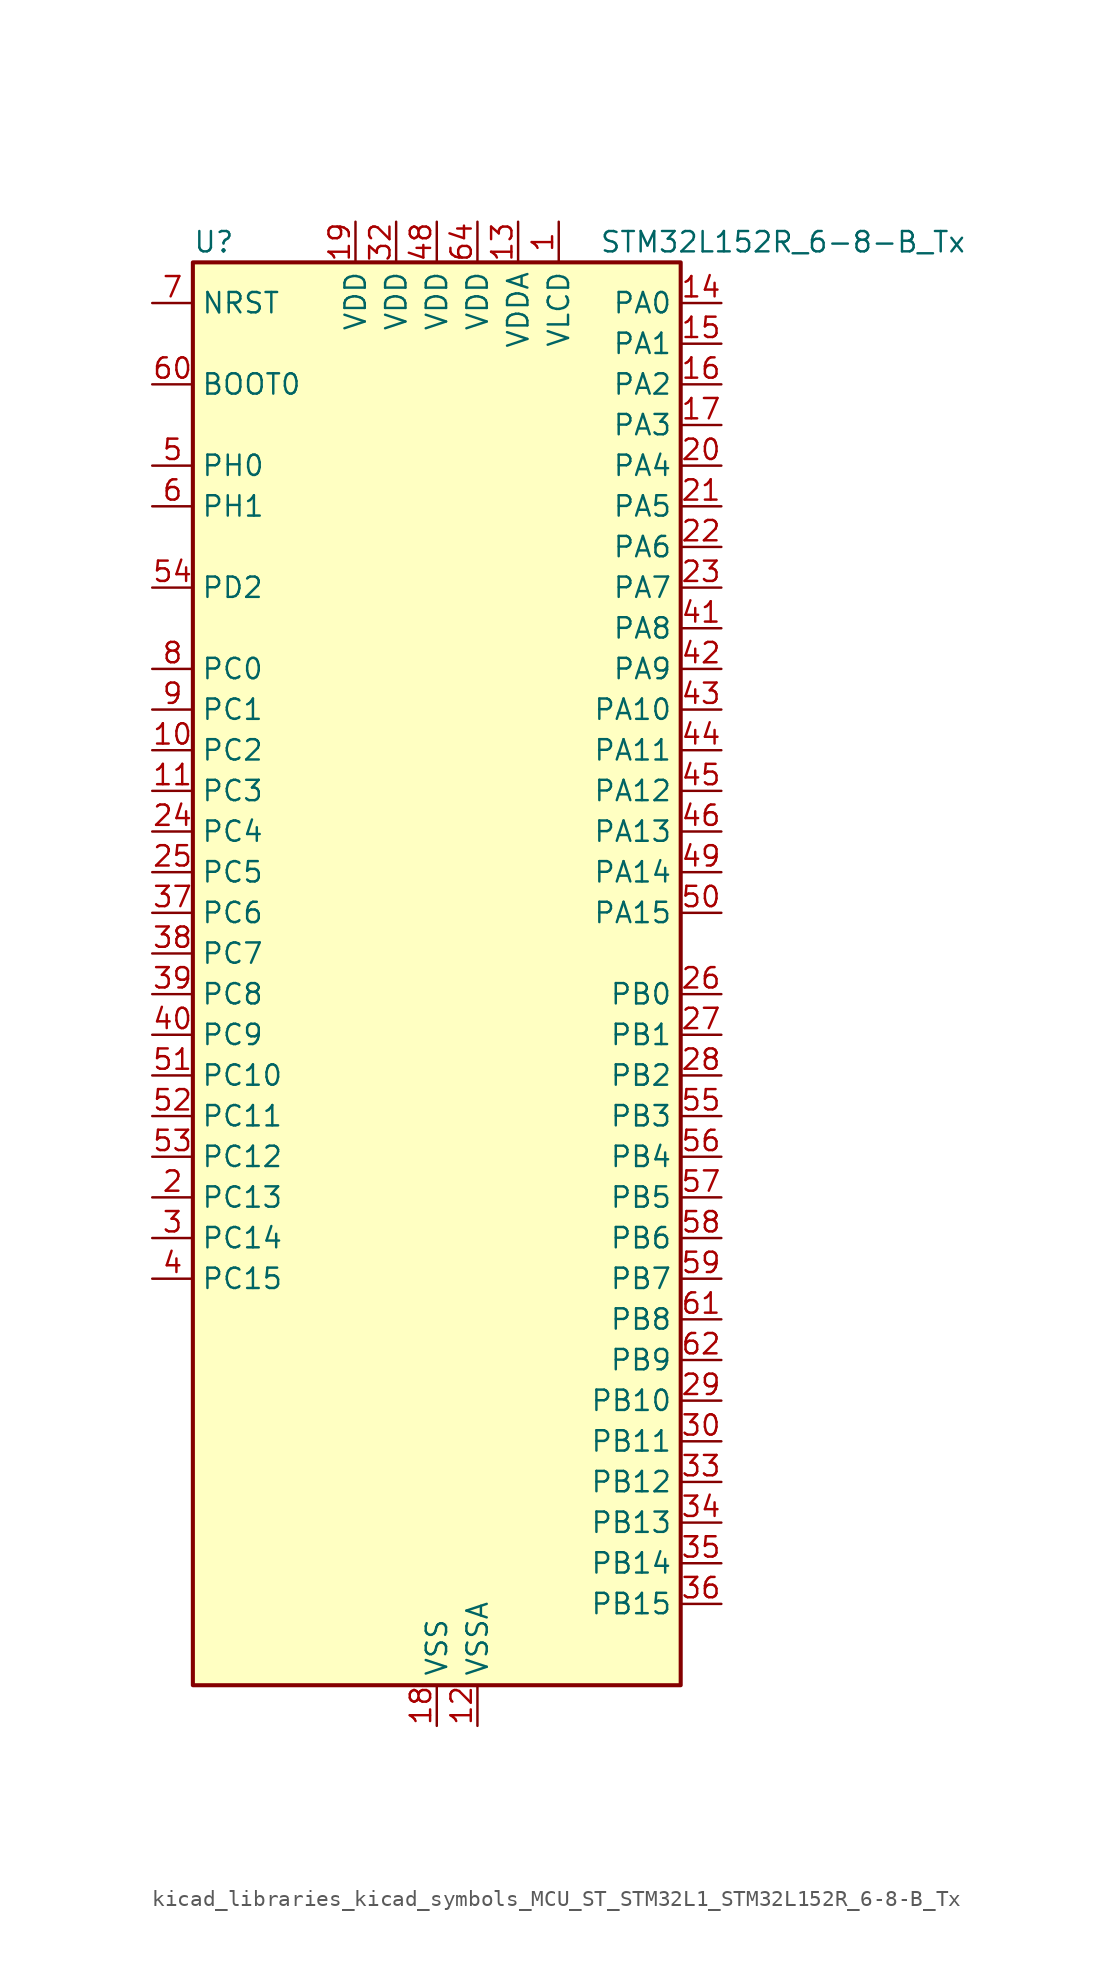
<source format=kicad_sym>
(kicad_symbol_lib
  (version 20220914)
  (generator kicad_symbol_editor)
  (symbol "kicad_libraries_kicad_symbols_MCU_ST_STM32L1_STM32L152R_6-8-B_Tx"
    (property "Reference" "U"
      (at -15.24 46.99 0)
      (effects (font (size 1.27 1.27)) (justify left)))
    (property "Value" "STM32L152R_6-8-B_Tx"
      (at 10.16 46.99 0)
      (effects (font (size 1.27 1.27)) (justify left)))
    (property "ki_locked" ""
      (at 0 0 0)
      (effects (font (size 1.27 1.27))))
    (symbol "kicad_libraries_kicad_symbols_MCU_ST_STM32L1_STM32L152R_6-8-B_Tx_0_1"
      (rectangle (start -15.24 -43.18) (end 15.24 45.72) (stroke (width 0.254) (type default)) (fill (type background))))
    (symbol "kicad_libraries_kicad_symbols_MCU_ST_STM32L1_STM32L152R_6-8-B_Tx_1_1"
      (pin power_in line (at 7.62 48.26 270) (length 2.54) (name "VLCD" (effects (font (size 1.27 1.27)))) (number "1" (effects (font (size 1.27 1.27)))))
      (pin bidirectional line (at -17.78 15.24 0) (length 2.54) (name "PC2" (effects (font (size 1.27 1.27)))) (number "10" (effects (font (size 1.27 1.27)))) (alternate "ADC_IN12" bidirectional line) (alternate "COMP1_INP" bidirectional line) (alternate "LCD_SEG20" bidirectional line) (alternate "TIMX_IC3" bidirectional line) (alternate "TS_G8_IO3" bidirectional line))
      (pin bidirectional line (at -17.78 12.7 0) (length 2.54) (name "PC3" (effects (font (size 1.27 1.27)))) (number "11" (effects (font (size 1.27 1.27)))) (alternate "ADC_IN13" bidirectional line) (alternate "COMP1_INP" bidirectional line) (alternate "LCD_SEG21" bidirectional line) (alternate "TIMX_IC4" bidirectional line) (alternate "TS_G8_IO4" bidirectional line))
      (pin power_in line (at 2.54 -45.72 90) (length 2.54) (name "VSSA" (effects (font (size 1.27 1.27)))) (number "12" (effects (font (size 1.27 1.27)))))
      (pin power_in line (at 5.08 48.26 270) (length 2.54) (name "VDDA" (effects (font (size 1.27 1.27)))) (number "13" (effects (font (size 1.27 1.27)))))
      (pin bidirectional line (at 17.78 43.18 180) (length 2.54) (name "PA0" (effects (font (size 1.27 1.27)))) (number "14" (effects (font (size 1.27 1.27)))) (alternate "ADC_IN0" bidirectional line) (alternate "COMP1_INP" bidirectional line) (alternate "SYS_WKUP1" bidirectional line) (alternate "TIM2_CH1" bidirectional line) (alternate "TIM2_ETR" bidirectional line) (alternate "TIMX_IC1" bidirectional line) (alternate "TS_G1_IO1" bidirectional line) (alternate "USART2_CTS" bidirectional line))
      (pin bidirectional line (at 17.78 40.64 180) (length 2.54) (name "PA1" (effects (font (size 1.27 1.27)))) (number "15" (effects (font (size 1.27 1.27)))) (alternate "ADC_IN1" bidirectional line) (alternate "COMP1_INP" bidirectional line) (alternate "LCD_SEG0" bidirectional line) (alternate "TIM2_CH2" bidirectional line) (alternate "TIMX_IC2" bidirectional line) (alternate "TS_G1_IO2" bidirectional line) (alternate "USART2_RTS" bidirectional line))
      (pin bidirectional line (at 17.78 38.1 180) (length 2.54) (name "PA2" (effects (font (size 1.27 1.27)))) (number "16" (effects (font (size 1.27 1.27)))) (alternate "ADC_IN2" bidirectional line) (alternate "COMP1_INP" bidirectional line) (alternate "LCD_SEG1" bidirectional line) (alternate "TIM2_CH3" bidirectional line) (alternate "TIM9_CH1" bidirectional line) (alternate "TIMX_IC3" bidirectional line) (alternate "TS_G1_IO3" bidirectional line) (alternate "USART2_TX" bidirectional line))
      (pin bidirectional line (at 17.78 35.56 180) (length 2.54) (name "PA3" (effects (font (size 1.27 1.27)))) (number "17" (effects (font (size 1.27 1.27)))) (alternate "ADC_IN3" bidirectional line) (alternate "COMP1_INP" bidirectional line) (alternate "LCD_SEG2" bidirectional line) (alternate "TIM2_CH4" bidirectional line) (alternate "TIM9_CH2" bidirectional line) (alternate "TIMX_IC4" bidirectional line) (alternate "TS_G1_IO4" bidirectional line) (alternate "USART2_RX" bidirectional line))
      (pin power_in line (at 0 -45.72 90) (length 2.54) (name "VSS" (effects (font (size 1.27 1.27)))) (number "18" (effects (font (size 1.27 1.27)))))
      (pin power_in line (at -5.08 48.26 270) (length 2.54) (name "VDD" (effects (font (size 1.27 1.27)))) (number "19" (effects (font (size 1.27 1.27)))))
      (pin bidirectional line (at -17.78 -12.7 0) (length 2.54) (name "PC13" (effects (font (size 1.27 1.27)))) (number "2" (effects (font (size 1.27 1.27)))) (alternate "RTC_OUT_ALARM" bidirectional line) (alternate "RTC_OUT_CALIB" bidirectional line) (alternate "RTC_TAMP1" bidirectional line) (alternate "RTC_TS" bidirectional line) (alternate "SYS_WKUP2" bidirectional line) (alternate "TIMX_IC2" bidirectional line))
      (pin bidirectional line (at 17.78 33.02 180) (length 2.54) (name "PA4" (effects (font (size 1.27 1.27)))) (number "20" (effects (font (size 1.27 1.27)))) (alternate "ADC_IN4" bidirectional line) (alternate "COMP1_INP" bidirectional line) (alternate "DAC_OUT1" bidirectional line) (alternate "SPI1_NSS" bidirectional line) (alternate "TIMX_IC1" bidirectional line) (alternate "USART2_CK" bidirectional line))
      (pin bidirectional line (at 17.78 30.48 180) (length 2.54) (name "PA5" (effects (font (size 1.27 1.27)))) (number "21" (effects (font (size 1.27 1.27)))) (alternate "ADC_IN5" bidirectional line) (alternate "COMP1_INP" bidirectional line) (alternate "DAC_OUT2" bidirectional line) (alternate "SPI1_SCK" bidirectional line) (alternate "TIM2_CH1" bidirectional line) (alternate "TIM2_ETR" bidirectional line) (alternate "TIMX_IC2" bidirectional line))
      (pin bidirectional line (at 17.78 27.94 180) (length 2.54) (name "PA6" (effects (font (size 1.27 1.27)))) (number "22" (effects (font (size 1.27 1.27)))) (alternate "ADC_IN6" bidirectional line) (alternate "COMP1_INP" bidirectional line) (alternate "LCD_SEG3" bidirectional line) (alternate "SPI1_MISO" bidirectional line) (alternate "TIM10_CH1" bidirectional line) (alternate "TIM3_CH1" bidirectional line) (alternate "TIMX_IC3" bidirectional line) (alternate "TS_G2_IO1" bidirectional line))
      (pin bidirectional line (at 17.78 25.4 180) (length 2.54) (name "PA7" (effects (font (size 1.27 1.27)))) (number "23" (effects (font (size 1.27 1.27)))) (alternate "ADC_IN7" bidirectional line) (alternate "COMP1_INP" bidirectional line) (alternate "LCD_SEG4" bidirectional line) (alternate "SPI1_MOSI" bidirectional line) (alternate "TIM11_CH1" bidirectional line) (alternate "TIM3_CH2" bidirectional line) (alternate "TIMX_IC4" bidirectional line) (alternate "TS_G2_IO2" bidirectional line))
      (pin bidirectional line (at -17.78 10.16 0) (length 2.54) (name "PC4" (effects (font (size 1.27 1.27)))) (number "24" (effects (font (size 1.27 1.27)))) (alternate "ADC_IN14" bidirectional line) (alternate "COMP1_INP" bidirectional line) (alternate "LCD_SEG22" bidirectional line) (alternate "TIMX_IC1" bidirectional line) (alternate "TS_G9_IO1" bidirectional line))
      (pin bidirectional line (at -17.78 7.62 0) (length 2.54) (name "PC5" (effects (font (size 1.27 1.27)))) (number "25" (effects (font (size 1.27 1.27)))) (alternate "ADC_IN15" bidirectional line) (alternate "COMP1_INP" bidirectional line) (alternate "LCD_SEG23" bidirectional line) (alternate "TIMX_IC2" bidirectional line) (alternate "TS_G9_IO2" bidirectional line))
      (pin bidirectional line (at 17.78 0 180) (length 2.54) (name "PB0" (effects (font (size 1.27 1.27)))) (number "26" (effects (font (size 1.27 1.27)))) (alternate "ADC_IN8" bidirectional line) (alternate "COMP1_INP" bidirectional line) (alternate "LCD_SEG5" bidirectional line) (alternate "SYS_V_REF_OUT" bidirectional line) (alternate "TIM3_CH3" bidirectional line) (alternate "TS_G3_IO1" bidirectional line))
      (pin bidirectional line (at 17.78 -2.54 180) (length 2.54) (name "PB1" (effects (font (size 1.27 1.27)))) (number "27" (effects (font (size 1.27 1.27)))) (alternate "ADC_IN9" bidirectional line) (alternate "COMP1_INP" bidirectional line) (alternate "LCD_SEG6" bidirectional line) (alternate "SYS_V_REF_OUT" bidirectional line) (alternate "TIM3_CH4" bidirectional line) (alternate "TS_G3_IO2" bidirectional line))
      (pin bidirectional line (at 17.78 -5.08 180) (length 2.54) (name "PB2" (effects (font (size 1.27 1.27)))) (number "28" (effects (font (size 1.27 1.27)))))
      (pin bidirectional line (at 17.78 -25.4 180) (length 2.54) (name "PB10" (effects (font (size 1.27 1.27)))) (number "29" (effects (font (size 1.27 1.27)))) (alternate "I2C2_SCL" bidirectional line) (alternate "LCD_SEG10" bidirectional line) (alternate "TIM2_CH3" bidirectional line) (alternate "USART3_TX" bidirectional line))
      (pin bidirectional line (at -17.78 -15.24 0) (length 2.54) (name "PC14" (effects (font (size 1.27 1.27)))) (number "3" (effects (font (size 1.27 1.27)))) (alternate "RCC_OSC32_IN" bidirectional line) (alternate "TIMX_IC3" bidirectional line))
      (pin bidirectional line (at 17.78 -27.94 180) (length 2.54) (name "PB11" (effects (font (size 1.27 1.27)))) (number "30" (effects (font (size 1.27 1.27)))) (alternate "ADC_EXTI11" bidirectional line) (alternate "I2C2_SDA" bidirectional line) (alternate "LCD_SEG11" bidirectional line) (alternate "TIM2_CH4" bidirectional line) (alternate "USART3_RX" bidirectional line))
      (pin passive line (at 0 -45.72 90) (length 2.54) hide (name "VSS" (effects (font (size 1.27 1.27)))) (number "31" (effects (font (size 1.27 1.27)))))
      (pin power_in line (at -2.54 48.26 270) (length 2.54) (name "VDD" (effects (font (size 1.27 1.27)))) (number "32" (effects (font (size 1.27 1.27)))))
      (pin bidirectional line (at 17.78 -30.48 180) (length 2.54) (name "PB12" (effects (font (size 1.27 1.27)))) (number "33" (effects (font (size 1.27 1.27)))) (alternate "ADC_IN18" bidirectional line) (alternate "COMP1_INP" bidirectional line) (alternate "I2C2_SMBA" bidirectional line) (alternate "LCD_SEG12" bidirectional line) (alternate "SPI2_NSS" bidirectional line) (alternate "TIM10_CH1" bidirectional line) (alternate "TS_G7_IO1" bidirectional line) (alternate "USART3_CK" bidirectional line))
      (pin bidirectional line (at 17.78 -33.02 180) (length 2.54) (name "PB13" (effects (font (size 1.27 1.27)))) (number "34" (effects (font (size 1.27 1.27)))) (alternate "ADC_IN19" bidirectional line) (alternate "COMP1_INP" bidirectional line) (alternate "LCD_SEG13" bidirectional line) (alternate "SPI2_SCK" bidirectional line) (alternate "TIM9_CH1" bidirectional line) (alternate "TS_G7_IO2" bidirectional line) (alternate "USART3_CTS" bidirectional line))
      (pin bidirectional line (at 17.78 -35.56 180) (length 2.54) (name "PB14" (effects (font (size 1.27 1.27)))) (number "35" (effects (font (size 1.27 1.27)))) (alternate "ADC_IN20" bidirectional line) (alternate "COMP1_INP" bidirectional line) (alternate "LCD_SEG14" bidirectional line) (alternate "SPI2_MISO" bidirectional line) (alternate "TIM9_CH2" bidirectional line) (alternate "TS_G7_IO3" bidirectional line) (alternate "USART3_RTS" bidirectional line))
      (pin bidirectional line (at 17.78 -38.1 180) (length 2.54) (name "PB15" (effects (font (size 1.27 1.27)))) (number "36" (effects (font (size 1.27 1.27)))) (alternate "ADC_EXTI15" bidirectional line) (alternate "ADC_IN21" bidirectional line) (alternate "COMP1_INP" bidirectional line) (alternate "LCD_SEG15" bidirectional line) (alternate "RTC_REFIN" bidirectional line) (alternate "SPI2_MOSI" bidirectional line) (alternate "TIM11_CH1" bidirectional line) (alternate "TS_G7_IO4" bidirectional line))
      (pin bidirectional line (at -17.78 5.08 0) (length 2.54) (name "PC6" (effects (font (size 1.27 1.27)))) (number "37" (effects (font (size 1.27 1.27)))) (alternate "LCD_SEG24" bidirectional line) (alternate "TIM3_CH1" bidirectional line) (alternate "TIMX_IC3" bidirectional line) (alternate "TS_G10_IO1" bidirectional line))
      (pin bidirectional line (at -17.78 2.54 0) (length 2.54) (name "PC7" (effects (font (size 1.27 1.27)))) (number "38" (effects (font (size 1.27 1.27)))) (alternate "LCD_SEG25" bidirectional line) (alternate "TIM3_CH2" bidirectional line) (alternate "TIMX_IC4" bidirectional line) (alternate "TS_G10_IO2" bidirectional line))
      (pin bidirectional line (at -17.78 0 0) (length 2.54) (name "PC8" (effects (font (size 1.27 1.27)))) (number "39" (effects (font (size 1.27 1.27)))) (alternate "LCD_SEG26" bidirectional line) (alternate "TIM3_CH3" bidirectional line) (alternate "TIMX_IC1" bidirectional line) (alternate "TS_G10_IO3" bidirectional line))
      (pin bidirectional line (at -17.78 -17.78 0) (length 2.54) (name "PC15" (effects (font (size 1.27 1.27)))) (number "4" (effects (font (size 1.27 1.27)))) (alternate "ADC_EXTI15" bidirectional line) (alternate "RCC_OSC32_OUT" bidirectional line) (alternate "TIMX_IC4" bidirectional line))
      (pin bidirectional line (at -17.78 -2.54 0) (length 2.54) (name "PC9" (effects (font (size 1.27 1.27)))) (number "40" (effects (font (size 1.27 1.27)))) (alternate "DAC_EXTI9" bidirectional line) (alternate "LCD_SEG27" bidirectional line) (alternate "TIM3_CH4" bidirectional line) (alternate "TIMX_IC2" bidirectional line) (alternate "TS_G10_IO4" bidirectional line))
      (pin bidirectional line (at 17.78 22.86 180) (length 2.54) (name "PA8" (effects (font (size 1.27 1.27)))) (number "41" (effects (font (size 1.27 1.27)))) (alternate "LCD_COM0" bidirectional line) (alternate "RCC_MCO" bidirectional line) (alternate "TIMX_IC1" bidirectional line) (alternate "TS_G4_IO1" bidirectional line) (alternate "USART1_CK" bidirectional line))
      (pin bidirectional line (at 17.78 20.32 180) (length 2.54) (name "PA9" (effects (font (size 1.27 1.27)))) (number "42" (effects (font (size 1.27 1.27)))) (alternate "DAC_EXTI9" bidirectional line) (alternate "LCD_COM1" bidirectional line) (alternate "TIMX_IC2" bidirectional line) (alternate "TS_G4_IO2" bidirectional line) (alternate "USART1_TX" bidirectional line))
      (pin bidirectional line (at 17.78 17.78 180) (length 2.54) (name "PA10" (effects (font (size 1.27 1.27)))) (number "43" (effects (font (size 1.27 1.27)))) (alternate "LCD_COM2" bidirectional line) (alternate "TIMX_IC3" bidirectional line) (alternate "TS_G4_IO3" bidirectional line) (alternate "USART1_RX" bidirectional line))
      (pin bidirectional line (at 17.78 15.24 180) (length 2.54) (name "PA11" (effects (font (size 1.27 1.27)))) (number "44" (effects (font (size 1.27 1.27)))) (alternate "ADC_EXTI11" bidirectional line) (alternate "SPI1_MISO" bidirectional line) (alternate "TIMX_IC4" bidirectional line) (alternate "USART1_CTS" bidirectional line) (alternate "USB_DM" bidirectional line))
      (pin bidirectional line (at 17.78 12.7 180) (length 2.54) (name "PA12" (effects (font (size 1.27 1.27)))) (number "45" (effects (font (size 1.27 1.27)))) (alternate "SPI1_MOSI" bidirectional line) (alternate "TIMX_IC1" bidirectional line) (alternate "USART1_RTS" bidirectional line) (alternate "USB_DP" bidirectional line))
      (pin bidirectional line (at 17.78 10.16 180) (length 2.54) (name "PA13" (effects (font (size 1.27 1.27)))) (number "46" (effects (font (size 1.27 1.27)))) (alternate "SYS_JTMS-SWDIO" bidirectional line) (alternate "TIMX_IC2" bidirectional line) (alternate "TS_G5_IO1" bidirectional line))
      (pin passive line (at 0 -45.72 90) (length 2.54) hide (name "VSS" (effects (font (size 1.27 1.27)))) (number "47" (effects (font (size 1.27 1.27)))))
      (pin power_in line (at 0 48.26 270) (length 2.54) (name "VDD" (effects (font (size 1.27 1.27)))) (number "48" (effects (font (size 1.27 1.27)))))
      (pin bidirectional line (at 17.78 7.62 180) (length 2.54) (name "PA14" (effects (font (size 1.27 1.27)))) (number "49" (effects (font (size 1.27 1.27)))) (alternate "SYS_JTCK-SWCLK" bidirectional line) (alternate "TIMX_IC3" bidirectional line) (alternate "TS_G5_IO2" bidirectional line))
      (pin bidirectional line (at -17.78 33.02 0) (length 2.54) (name "PH0" (effects (font (size 1.27 1.27)))) (number "5" (effects (font (size 1.27 1.27)))) (alternate "RCC_OSC_IN" bidirectional line))
      (pin bidirectional line (at 17.78 5.08 180) (length 2.54) (name "PA15" (effects (font (size 1.27 1.27)))) (number "50" (effects (font (size 1.27 1.27)))) (alternate "ADC_EXTI15" bidirectional line) (alternate "LCD_SEG17" bidirectional line) (alternate "SPI1_NSS" bidirectional line) (alternate "SYS_JTDI" bidirectional line) (alternate "TIM2_CH1" bidirectional line) (alternate "TIM2_ETR" bidirectional line) (alternate "TIMX_IC4" bidirectional line) (alternate "TS_G5_IO3" bidirectional line))
      (pin bidirectional line (at -17.78 -5.08 0) (length 2.54) (name "PC10" (effects (font (size 1.27 1.27)))) (number "51" (effects (font (size 1.27 1.27)))) (alternate "LCD_COM4" bidirectional line) (alternate "LCD_SEG28" bidirectional line) (alternate "TIMX_IC3" bidirectional line) (alternate "USART3_TX" bidirectional line))
      (pin bidirectional line (at -17.78 -7.62 0) (length 2.54) (name "PC11" (effects (font (size 1.27 1.27)))) (number "52" (effects (font (size 1.27 1.27)))) (alternate "ADC_EXTI11" bidirectional line) (alternate "LCD_COM5" bidirectional line) (alternate "LCD_SEG29" bidirectional line) (alternate "TIMX_IC4" bidirectional line) (alternate "USART3_RX" bidirectional line))
      (pin bidirectional line (at -17.78 -10.16 0) (length 2.54) (name "PC12" (effects (font (size 1.27 1.27)))) (number "53" (effects (font (size 1.27 1.27)))) (alternate "LCD_COM6" bidirectional line) (alternate "LCD_SEG30" bidirectional line) (alternate "TIMX_IC1" bidirectional line) (alternate "USART3_CK" bidirectional line))
      (pin bidirectional line (at -17.78 25.4 0) (length 2.54) (name "PD2" (effects (font (size 1.27 1.27)))) (number "54" (effects (font (size 1.27 1.27)))) (alternate "LCD_COM7" bidirectional line) (alternate "LCD_SEG31" bidirectional line) (alternate "TIM3_ETR" bidirectional line) (alternate "TIMX_IC3" bidirectional line))
      (pin bidirectional line (at 17.78 -7.62 180) (length 2.54) (name "PB3" (effects (font (size 1.27 1.27)))) (number "55" (effects (font (size 1.27 1.27)))) (alternate "COMP2_INM" bidirectional line) (alternate "LCD_SEG7" bidirectional line) (alternate "SPI1_SCK" bidirectional line) (alternate "SYS_JTDO-TRACESWO" bidirectional line) (alternate "TIM2_CH2" bidirectional line))
      (pin bidirectional line (at 17.78 -10.16 180) (length 2.54) (name "PB4" (effects (font (size 1.27 1.27)))) (number "56" (effects (font (size 1.27 1.27)))) (alternate "COMP2_INP" bidirectional line) (alternate "LCD_SEG8" bidirectional line) (alternate "SPI1_MISO" bidirectional line) (alternate "SYS_JTRST" bidirectional line) (alternate "TIM3_CH1" bidirectional line) (alternate "TS_G6_IO1" bidirectional line))
      (pin bidirectional line (at 17.78 -12.7 180) (length 2.54) (name "PB5" (effects (font (size 1.27 1.27)))) (number "57" (effects (font (size 1.27 1.27)))) (alternate "COMP2_INP" bidirectional line) (alternate "I2C1_SMBA" bidirectional line) (alternate "LCD_SEG9" bidirectional line) (alternate "SPI1_MOSI" bidirectional line) (alternate "TIM3_CH2" bidirectional line) (alternate "TS_G6_IO2" bidirectional line))
      (pin bidirectional line (at 17.78 -15.24 180) (length 2.54) (name "PB6" (effects (font (size 1.27 1.27)))) (number "58" (effects (font (size 1.27 1.27)))) (alternate "I2C1_SCL" bidirectional line) (alternate "TIM4_CH1" bidirectional line) (alternate "USART1_TX" bidirectional line))
      (pin bidirectional line (at 17.78 -17.78 180) (length 2.54) (name "PB7" (effects (font (size 1.27 1.27)))) (number "59" (effects (font (size 1.27 1.27)))) (alternate "I2C1_SDA" bidirectional line) (alternate "SYS_PVD_IN" bidirectional line) (alternate "TIM4_CH2" bidirectional line) (alternate "USART1_RX" bidirectional line))
      (pin bidirectional line (at -17.78 30.48 0) (length 2.54) (name "PH1" (effects (font (size 1.27 1.27)))) (number "6" (effects (font (size 1.27 1.27)))) (alternate "RCC_OSC_OUT" bidirectional line))
      (pin input line (at -17.78 38.1 0) (length 2.54) (name "BOOT0" (effects (font (size 1.27 1.27)))) (number "60" (effects (font (size 1.27 1.27)))))
      (pin bidirectional line (at 17.78 -20.32 180) (length 2.54) (name "PB8" (effects (font (size 1.27 1.27)))) (number "61" (effects (font (size 1.27 1.27)))) (alternate "I2C1_SCL" bidirectional line) (alternate "LCD_SEG16" bidirectional line) (alternate "TIM10_CH1" bidirectional line) (alternate "TIM4_CH3" bidirectional line))
      (pin bidirectional line (at 17.78 -22.86 180) (length 2.54) (name "PB9" (effects (font (size 1.27 1.27)))) (number "62" (effects (font (size 1.27 1.27)))) (alternate "DAC_EXTI9" bidirectional line) (alternate "I2C1_SDA" bidirectional line) (alternate "LCD_COM3" bidirectional line) (alternate "TIM11_CH1" bidirectional line) (alternate "TIM4_CH4" bidirectional line))
      (pin passive line (at 0 -45.72 90) (length 2.54) hide (name "VSS" (effects (font (size 1.27 1.27)))) (number "63" (effects (font (size 1.27 1.27)))))
      (pin power_in line (at 2.54 48.26 270) (length 2.54) (name "VDD" (effects (font (size 1.27 1.27)))) (number "64" (effects (font (size 1.27 1.27)))))
      (pin input line (at -17.78 43.18 0) (length 2.54) (name "NRST" (effects (font (size 1.27 1.27)))) (number "7" (effects (font (size 1.27 1.27)))))
      (pin bidirectional line (at -17.78 20.32 0) (length 2.54) (name "PC0" (effects (font (size 1.27 1.27)))) (number "8" (effects (font (size 1.27 1.27)))) (alternate "ADC_IN10" bidirectional line) (alternate "COMP1_INP" bidirectional line) (alternate "LCD_SEG18" bidirectional line) (alternate "TIMX_IC1" bidirectional line) (alternate "TS_G8_IO1" bidirectional line))
      (pin bidirectional line (at -17.78 17.78 0) (length 2.54) (name "PC1" (effects (font (size 1.27 1.27)))) (number "9" (effects (font (size 1.27 1.27)))) (alternate "ADC_IN11" bidirectional line) (alternate "COMP1_INP" bidirectional line) (alternate "LCD_SEG19" bidirectional line) (alternate "TIMX_IC2" bidirectional line) (alternate "TS_G8_IO2" bidirectional line)))))
</source>
